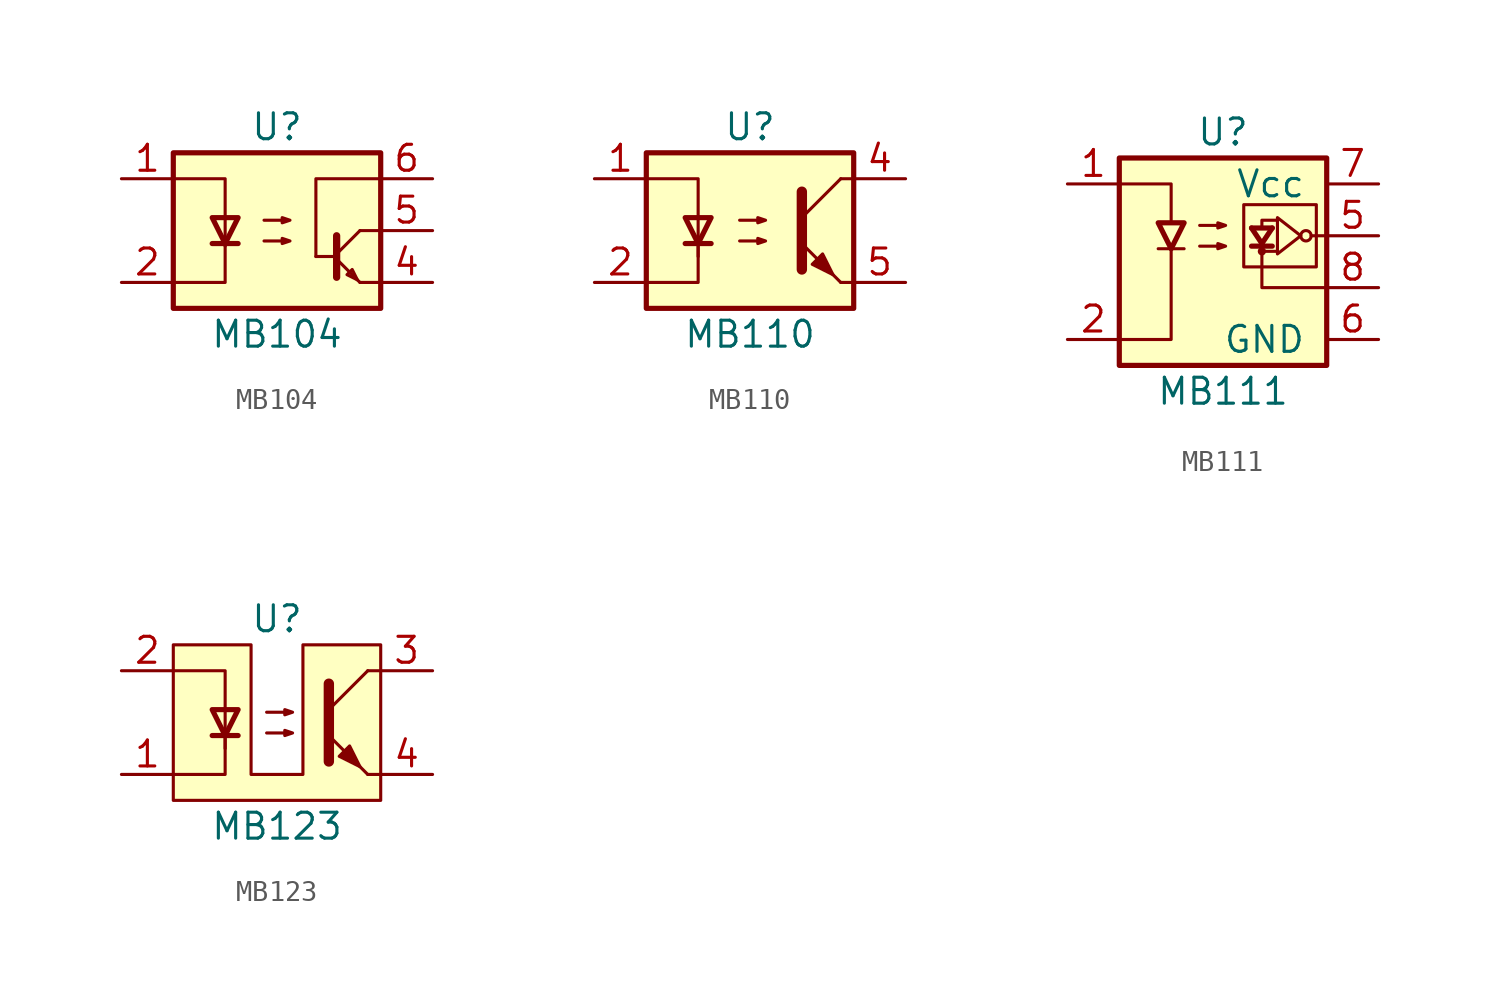
<source format=kicad_sym>
(kicad_symbol_lib
  (version 20211014)
  (generator kicad_symbol_editor)
  (symbol "MB104"
    (pin_names
      (offset 1.016))
    (property "Reference" "U"
      (at 0 5.08 0)
      (effects (font (size 1.27 1.27))))
    (property "Value" "MB104"
      (at 0 -5.08 0)
      (effects (font (size 1.27 1.27))))
    (symbol "MB104_1_1"
      (rectangle (start -5.08 3.81) (end 5.08 -3.81) (stroke (width 0.254) (type default) (color 0 0 0 0)) (fill (type background)))
      (polyline (pts (xy -3.175 -0.635) (xy -1.905 -0.635)) (stroke (width 0.254) (type default) (color 0 0 0 0)) (fill (type none)))
      (polyline (pts (xy 2.921 -1.397) (xy 4.064 -2.54)) (stroke (width 0) (type default) (color 0 0 0 0)) (fill (type none)))
      (polyline (pts (xy 2.921 -1.27) (xy 1.905 -1.27)) (stroke (width 0) (type default) (color 0 0 0 0)) (fill (type none)))
      (polyline (pts (xy 2.921 -1.143) (xy 4.064 0)) (stroke (width 0) (type default) (color 0 0 0 0)) (fill (type none)))
      (polyline (pts (xy 4.064 -2.54) (xy 5.08 -2.54)) (stroke (width 0) (type default) (color 0 0 0 0)) (fill (type none)))
      (polyline (pts (xy 5.08 0) (xy 4.064 0)) (stroke (width 0) (type default) (color 0 0 0 0)) (fill (type none)))
      (polyline (pts (xy -5.08 2.54) (xy -2.54 2.54) (xy -2.54 -0.762)) (stroke (width 0) (type default) (color 0 0 0 0)) (fill (type none)))
      (polyline (pts (xy -2.54 -0.635) (xy -2.54 -2.54) (xy -5.08 -2.54)) (stroke (width 0) (type default) (color 0 0 0 0)) (fill (type none)))
      (polyline (pts (xy 1.905 -1.27) (xy 1.905 2.54) (xy 5.08 2.54)) (stroke (width 0) (type default) (color 0 0 0 0)) (fill (type none)))
      (polyline (pts (xy 2.921 -0.254) (xy 2.921 -2.286) (xy 2.921 -2.286)) (stroke (width 0.356) (type default) (color 0 0 0 0)) (fill (type none)))
      (polyline (pts (xy -2.54 -0.635) (xy -3.175 0.635) (xy -1.905 0.635) (xy -2.54 -0.635)) (stroke (width 0.254) (type default) (color 0 0 0 0)) (fill (type none)))
      (polyline (pts (xy 3.937 -2.413) (xy 3.683 -1.905) (xy 3.429 -2.159) (xy 3.937 -2.413)) (stroke (width 0) (type default) (color 0 0 0 0)) (fill (type none)))
      (polyline (pts (xy -0.635 -0.508) (xy 0.635 -0.508) (xy 0.254 -0.635) (xy 0.254 -0.381) (xy 0.635 -0.508)) (stroke (width 0) (type default) (color 0 0 0 0)) (fill (type none)))
      (polyline (pts (xy -0.635 0.508) (xy 0.635 0.508) (xy 0.254 0.381) (xy 0.254 0.635) (xy 0.635 0.508)) (stroke (width 0) (type default) (color 0 0 0 0)) (fill (type none)))
      (pin passive line (at -7.62 2.54 0) (length 2.54) (name "~" (effects (font (size 1.27 1.27)))) (number "1" (effects (font (size 1.27 1.27)))))
      (pin passive line (at -7.62 -2.54 0) (length 2.54) (name "~" (effects (font (size 1.27 1.27)))) (number "2" (effects (font (size 1.27 1.27)))))
      (pin no_connect line (at -7.62 0 0) (length 2.54) hide (name "~" (effects (font (size 1.27 1.27)))) (number "3" (effects (font (size 1.27 1.27)))))
      (pin passive line (at 7.62 -2.54 180) (length 2.54) (name "~" (effects (font (size 1.27 1.27)))) (number "4" (effects (font (size 1.27 1.27)))))
      (pin passive line (at 7.62 0 180) (length 2.54) (name "~" (effects (font (size 1.27 1.27)))) (number "5" (effects (font (size 1.27 1.27)))))
      (pin passive line (at 7.62 2.54 180) (length 2.54) (name "~" (effects (font (size 1.27 1.27)))) (number "6" (effects (font (size 1.27 1.27)))))))
  (symbol "MB110"
    (pin_names
      (offset 1.016))
    (property "Reference" "U"
      (at 0 5.08 0)
      (effects (font (size 1.27 1.27))))
    (property "Value" "MB110"
      (at 0 -5.08 0)
      (effects (font (size 1.27 1.27))))
    (symbol "MB110_1_1"
      (rectangle (start -5.08 3.81) (end 5.08 -3.81) (stroke (width 0.254) (type default) (color 0 0 0 0)) (fill (type background)))
      (polyline (pts (xy -3.175 -0.635) (xy -1.905 -0.635)) (stroke (width 0.254) (type default) (color 0 0 0 0)) (fill (type none)))
      (polyline (pts (xy 2.54 0.635) (xy 4.445 2.54)) (stroke (width 0) (type default) (color 0 0 0 0)) (fill (type none)))
      (polyline (pts (xy 4.445 -2.54) (xy 2.54 -0.635)) (stroke (width 0) (type default) (color 0 0 0 0)) (fill (type outline)))
      (polyline (pts (xy 4.445 -2.54) (xy 5.08 -2.54)) (stroke (width 0) (type default) (color 0 0 0 0)) (fill (type none)))
      (polyline (pts (xy 4.445 2.54) (xy 5.08 2.54)) (stroke (width 0) (type default) (color 0 0 0 0)) (fill (type none)))
      (polyline (pts (xy -2.54 -0.635) (xy -2.54 -2.54) (xy -5.08 -2.54)) (stroke (width 0) (type default) (color 0 0 0 0)) (fill (type none)))
      (polyline (pts (xy 2.54 1.905) (xy 2.54 -1.905) (xy 2.54 -1.905)) (stroke (width 0.508) (type default) (color 0 0 0 0)) (fill (type none)))
      (polyline (pts (xy -5.08 2.54) (xy -2.54 2.54) (xy -2.54 -1.27) (xy -2.54 0.635)) (stroke (width 0) (type default) (color 0 0 0 0)) (fill (type none)))
      (polyline (pts (xy -2.54 -0.635) (xy -3.175 0.635) (xy -1.905 0.635) (xy -2.54 -0.635)) (stroke (width 0.254) (type default) (color 0 0 0 0)) (fill (type none)))
      (polyline (pts (xy -0.508 -0.508) (xy 0.762 -0.508) (xy 0.381 -0.635) (xy 0.381 -0.381) (xy 0.762 -0.508)) (stroke (width 0) (type default) (color 0 0 0 0)) (fill (type none)))
      (polyline (pts (xy -0.508 0.508) (xy 0.762 0.508) (xy 0.381 0.381) (xy 0.381 0.635) (xy 0.762 0.508)) (stroke (width 0) (type default) (color 0 0 0 0)) (fill (type none)))
      (polyline (pts (xy 3.048 -1.651) (xy 3.556 -1.143) (xy 4.064 -2.159) (xy 3.048 -1.651) (xy 3.048 -1.651)) (stroke (width 0) (type default) (color 0 0 0 0)) (fill (type outline)))
      (pin passive line (at -7.62 2.54 0) (length 2.54) (name "~" (effects (font (size 1.27 1.27)))) (number "1" (effects (font (size 1.27 1.27)))))
      (pin passive line (at -7.62 -2.54 0) (length 2.54) (name "~" (effects (font (size 1.27 1.27)))) (number "2" (effects (font (size 1.27 1.27)))))
      (pin no_connect line (at -7.62 0 0) (length 2.54) hide (name "~" (effects (font (size 1.27 1.27)))) (number "3" (effects (font (size 1.27 1.27)))))
      (pin passive line (at 7.62 2.54 180) (length 2.54) (name "~" (effects (font (size 1.27 1.27)))) (number "4" (effects (font (size 1.27 1.27)))))
      (pin passive line (at 7.62 -2.54 180) (length 2.54) (name "~" (effects (font (size 1.27 1.27)))) (number "5" (effects (font (size 1.27 1.27)))))
      (pin no_connect line (at 7.62 0 180) (length 2.54) hide (name "~" (effects (font (size 1.27 1.27)))) (number "6" (effects (font (size 1.27 1.27)))))))
  (symbol "MB111"
    (pin_names
      (offset 1.016))
    (property "Reference" "U"
      (at 0 6.35 0)
      (effects (font (size 1.27 1.27))))
    (property "Value" "MB111"
      (at 0 -6.35 0)
      (effects (font (size 1.27 1.27))))
    (symbol "MB111_0_1"
      (polyline (pts (xy 1.397 0.762) (xy 2.413 0.762)) (stroke (width 0.254) (type default) (color 0 0 0 0)) (fill (type none)))
      (polyline (pts (xy 1.397 1.651) (xy 1.905 0.889)) (stroke (width 0.254) (type default) (color 0 0 0 0)) (fill (type none)))
      (polyline (pts (xy 1.397 1.651) (xy 2.413 1.651)) (stroke (width 0.254) (type default) (color 0 0 0 0)) (fill (type none)))
      (polyline (pts (xy 1.905 0.508) (xy 2.667 0.508)) (stroke (width 0) (type default) (color 0 0 0 0)) (fill (type none)))
      (polyline (pts (xy 1.905 0.889) (xy 2.413 1.651)) (stroke (width 0.254) (type default) (color 0 0 0 0)) (fill (type none)))
      (polyline (pts (xy 4.318 1.27) (xy 5.08 1.27)) (stroke (width 0) (type default) (color 0 0 0 0)) (fill (type none)))
      (polyline (pts (xy 1.905 0.762) (xy 1.905 -1.27) (xy 5.08 -1.27)) (stroke (width 0) (type default) (color 0 0 0 0)) (fill (type none)))
      (polyline (pts (xy 1.905 1.651) (xy 1.905 2.032) (xy 2.667 2.032)) (stroke (width 0) (type default) (color 0 0 0 0)) (fill (type none)))
      (polyline (pts (xy 2.667 2.159) (xy 3.81 1.27) (xy 2.667 0.381) (xy 2.667 2.159)) (stroke (width 0) (type default) (color 0 0 0 0)) (fill (type none)))
      (rectangle (start 1.016 2.794) (end 4.572 -0.254) (stroke (width 0) (type default) (color 0 0 0 0)) (fill (type none)))
      (circle (center 1.905 0.508) (radius 0.051) (stroke (width 0) (type default) (color 0 0 0 0)) (fill (type none)))
      (circle (center 4.064 1.27) (radius 0.254) (stroke (width 0) (type default) (color 0 0 0 0)) (fill (type none))))
    (symbol "MB111_1_1"
      (rectangle (start -5.08 5.08) (end 5.08 -5.08) (stroke (width 0.254) (type default) (color 0 0 0 0)) (fill (type background)))
      (polyline (pts (xy -3.175 0.635) (xy -1.905 0.635)) (stroke (width 0) (type default) (color 0 0 0 0)) (fill (type none)))
      (polyline (pts (xy -2.54 0.635) (xy -2.54 -3.81) (xy -5.08 -3.81)) (stroke (width 0) (type default) (color 0 0 0 0)) (fill (type none)))
      (polyline (pts (xy -2.54 0.635) (xy -3.175 1.905) (xy -1.905 1.905) (xy -2.54 0.635)) (stroke (width 0.254) (type default) (color 0 0 0 0)) (fill (type none)))
      (polyline (pts (xy -5.08 5.08) (xy -5.08 3.81) (xy -4.318 3.81) (xy -2.54 3.81) (xy -2.54 2.032)) (stroke (width 0) (type default) (color 0 0 0 0)) (fill (type none)))
      (polyline (pts (xy -1.143 0.762) (xy 0.127 0.762) (xy -0.254 0.635) (xy -0.254 0.889) (xy 0.127 0.762)) (stroke (width 0) (type default) (color 0 0 0 0)) (fill (type none)))
      (polyline (pts (xy -1.143 1.778) (xy 0.127 1.778) (xy -0.254 1.651) (xy -0.254 1.905) (xy 0.127 1.778)) (stroke (width 0) (type default) (color 0 0 0 0)) (fill (type none)))
      (pin passive line (at -7.62 3.81 0) (length 2.54) (name "~" (effects (font (size 1.27 1.27)))) (number "1" (effects (font (size 1.27 1.27)))))
      (pin passive line (at -7.62 -3.81 0) (length 2.54) (name "~" (effects (font (size 1.27 1.27)))) (number "2" (effects (font (size 1.27 1.27)))))
      (pin no_connect line (at -7.62 1.27 0) (length 2.54) hide (name "~" (effects (font (size 1.27 1.27)))) (number "3" (effects (font (size 1.27 1.27)))))
      (pin no_connect line (at -7.62 -1.27 0) (length 2.54) hide (name "~" (effects (font (size 1.27 1.27)))) (number "4" (effects (font (size 1.27 1.27)))))
      (pin passive line (at 7.62 1.27 180) (length 2.54) (name "~" (effects (font (size 1.27 1.27)))) (number "5" (effects (font (size 1.27 1.27)))))
      (pin passive line (at 7.62 -3.81 180) (length 2.54) (name "GND" (effects (font (size 1.27 1.27)))) (number "6" (effects (font (size 1.27 1.27)))))
      (pin passive line (at 7.62 3.81 180) (length 2.54) (name "Vcc" (effects (font (size 1.27 1.27)))) (number "7" (effects (font (size 1.27 1.27)))))
      (pin passive line (at 7.62 -1.27 180) (length 2.54) (name "~" (effects (font (size 1.27 1.27)))) (number "8" (effects (font (size 1.27 1.27)))))))
  (symbol "MB123"
    (pin_names
      (offset 1.016))
    (property "Reference" "U"
      (at 0 5.08 0)
      (effects (font (size 1.27 1.27))))
    (property "Value" "MB123"
      (at 0 -5.08 0)
      (effects (font (size 1.27 1.27))))
    (symbol "MB123_0_1"
      (polyline (pts (xy -5.08 -3.81) (xy -5.08 3.81) (xy -1.27 3.81) (xy -1.27 -2.54) (xy 0 -2.54) (xy 1.27 -2.54) (xy 1.27 3.81) (xy 5.08 3.81) (xy 5.08 -3.81) (xy -5.08 -3.81)) (stroke (width 0) (type default) (color 0 0 0 0)) (fill (type background))))
    (symbol "MB123_1_1"
      (polyline (pts (xy -3.175 -0.635) (xy -1.905 -0.635)) (stroke (width 0.254) (type default) (color 0 0 0 0)) (fill (type none)))
      (polyline (pts (xy 2.54 0.635) (xy 4.445 2.54)) (stroke (width 0) (type default) (color 0 0 0 0)) (fill (type none)))
      (polyline (pts (xy 4.445 -2.54) (xy 2.54 -0.635)) (stroke (width 0) (type default) (color 0 0 0 0)) (fill (type outline)))
      (polyline (pts (xy 4.445 -2.54) (xy 5.08 -2.54)) (stroke (width 0) (type default) (color 0 0 0 0)) (fill (type none)))
      (polyline (pts (xy 4.445 2.54) (xy 5.08 2.54)) (stroke (width 0) (type default) (color 0 0 0 0)) (fill (type none)))
      (polyline (pts (xy -2.54 -0.635) (xy -2.54 -2.54) (xy -5.08 -2.54)) (stroke (width 0) (type default) (color 0 0 0 0)) (fill (type none)))
      (polyline (pts (xy 2.54 1.905) (xy 2.54 -1.905) (xy 2.54 -1.905)) (stroke (width 0.508) (type default) (color 0 0 0 0)) (fill (type none)))
      (polyline (pts (xy -5.08 2.54) (xy -2.54 2.54) (xy -2.54 -1.27) (xy -2.54 0.635)) (stroke (width 0) (type default) (color 0 0 0 0)) (fill (type none)))
      (polyline (pts (xy -2.54 -0.635) (xy -3.175 0.635) (xy -1.905 0.635) (xy -2.54 -0.635)) (stroke (width 0.254) (type default) (color 0 0 0 0)) (fill (type none)))
      (polyline (pts (xy -0.508 -0.508) (xy 0.762 -0.508) (xy 0.381 -0.635) (xy 0.381 -0.381) (xy 0.762 -0.508)) (stroke (width 0) (type default) (color 0 0 0 0)) (fill (type none)))
      (polyline (pts (xy -0.508 0.508) (xy 0.762 0.508) (xy 0.381 0.381) (xy 0.381 0.635) (xy 0.762 0.508)) (stroke (width 0) (type default) (color 0 0 0 0)) (fill (type none)))
      (polyline (pts (xy 3.048 -1.651) (xy 3.556 -1.143) (xy 4.064 -2.159) (xy 3.048 -1.651) (xy 3.048 -1.651)) (stroke (width 0) (type default) (color 0 0 0 0)) (fill (type outline)))
      (pin passive line (at -7.62 -2.54 0) (length 2.54) (name "~" (effects (font (size 1.27 1.27)))) (number "1" (effects (font (size 1.27 1.27)))))
      (pin passive line (at -7.62 2.54 0) (length 2.54) (name "~" (effects (font (size 1.27 1.27)))) (number "2" (effects (font (size 1.27 1.27)))))
      (pin passive line (at 7.62 2.54 180) (length 2.54) (name "~" (effects (font (size 1.27 1.27)))) (number "3" (effects (font (size 1.27 1.27)))))
      (pin passive line (at 7.62 -2.54 180) (length 2.54) (name "~" (effects (font (size 1.27 1.27)))) (number "4" (effects (font (size 1.27 1.27))))))))
</source>
